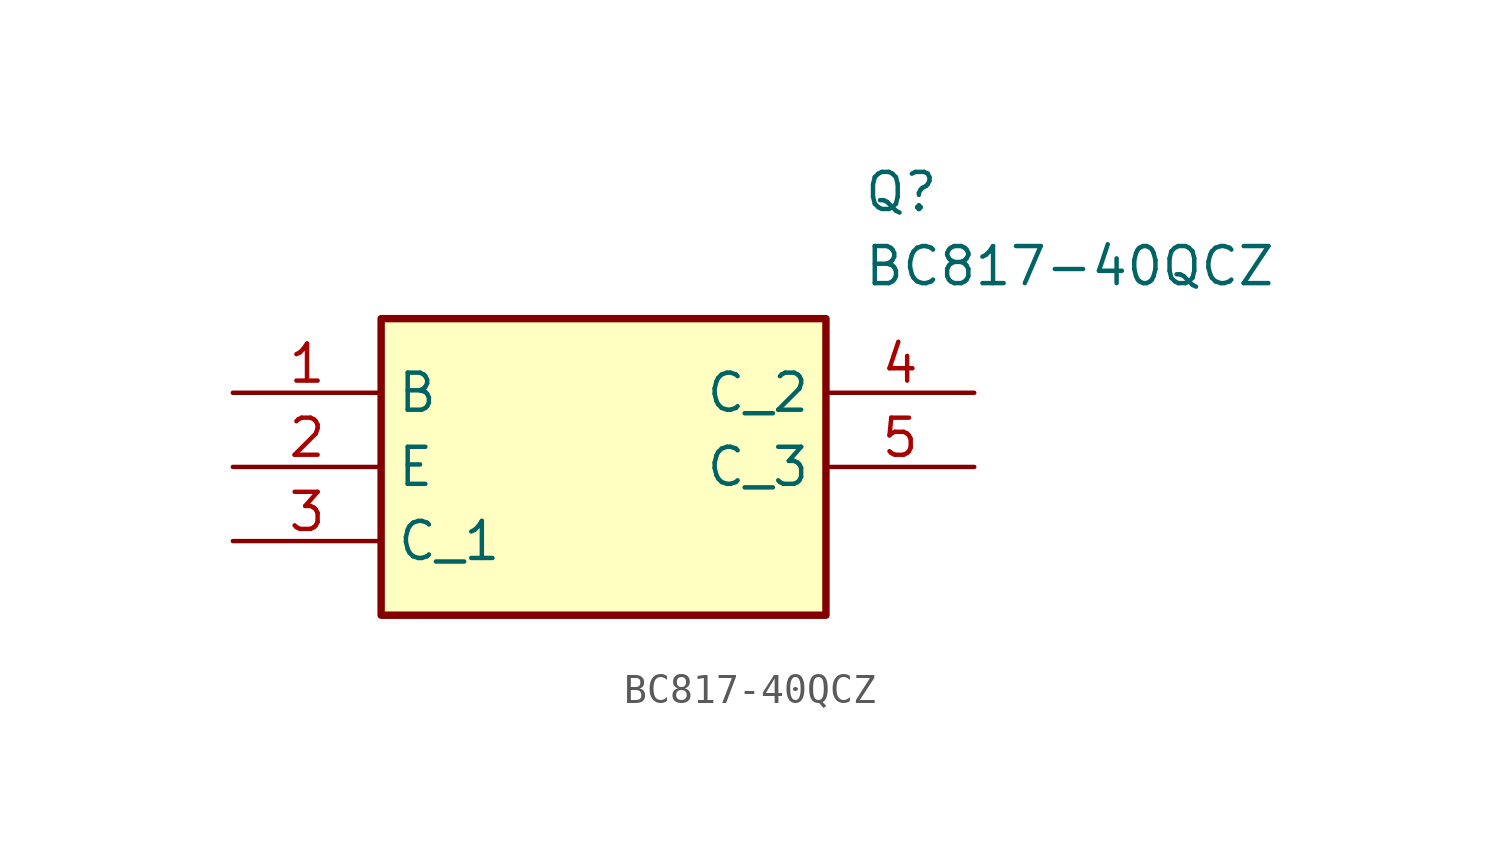
<source format=kicad_sym>
(kicad_symbol_lib
  (version 20220914)
  (generator kicad_symbol_editor)
  (symbol "BC817-40QCZ"
    (property "Reference" "Q"
      (at 21.59 7.62 0)
      (effects (font (size 1.27 1.27)) (justify left top)))
    (property "Value" "BC817-40QCZ"
      (at 21.59 5.08 0)
      (effects (font (size 1.27 1.27)) (justify left top)))
    (symbol "BC817-40QCZ_1_1"
      (rectangle (start 5.08 2.54) (end 20.32 -7.62) (stroke (width 0.254) (type default)) (fill (type background)))
      (pin passive line (at 0 0 0) (length 5.08) (name "B" (effects (font (size 1.27 1.27)))) (number "1" (effects (font (size 1.27 1.27)))))
      (pin passive line (at 0 -2.54 0) (length 5.08) (name "E" (effects (font (size 1.27 1.27)))) (number "2" (effects (font (size 1.27 1.27)))))
      (pin passive line (at 0 -5.08 0) (length 5.08) (name "C_1" (effects (font (size 1.27 1.27)))) (number "3" (effects (font (size 1.27 1.27)))))
      (pin passive line (at 25.4 0 180) (length 5.08) (name "C_2" (effects (font (size 1.27 1.27)))) (number "4" (effects (font (size 1.27 1.27)))))
      (pin passive line (at 25.4 -2.54 180) (length 5.08) (name "C_3" (effects (font (size 1.27 1.27)))) (number "5" (effects (font (size 1.27 1.27))))))))
</source>
